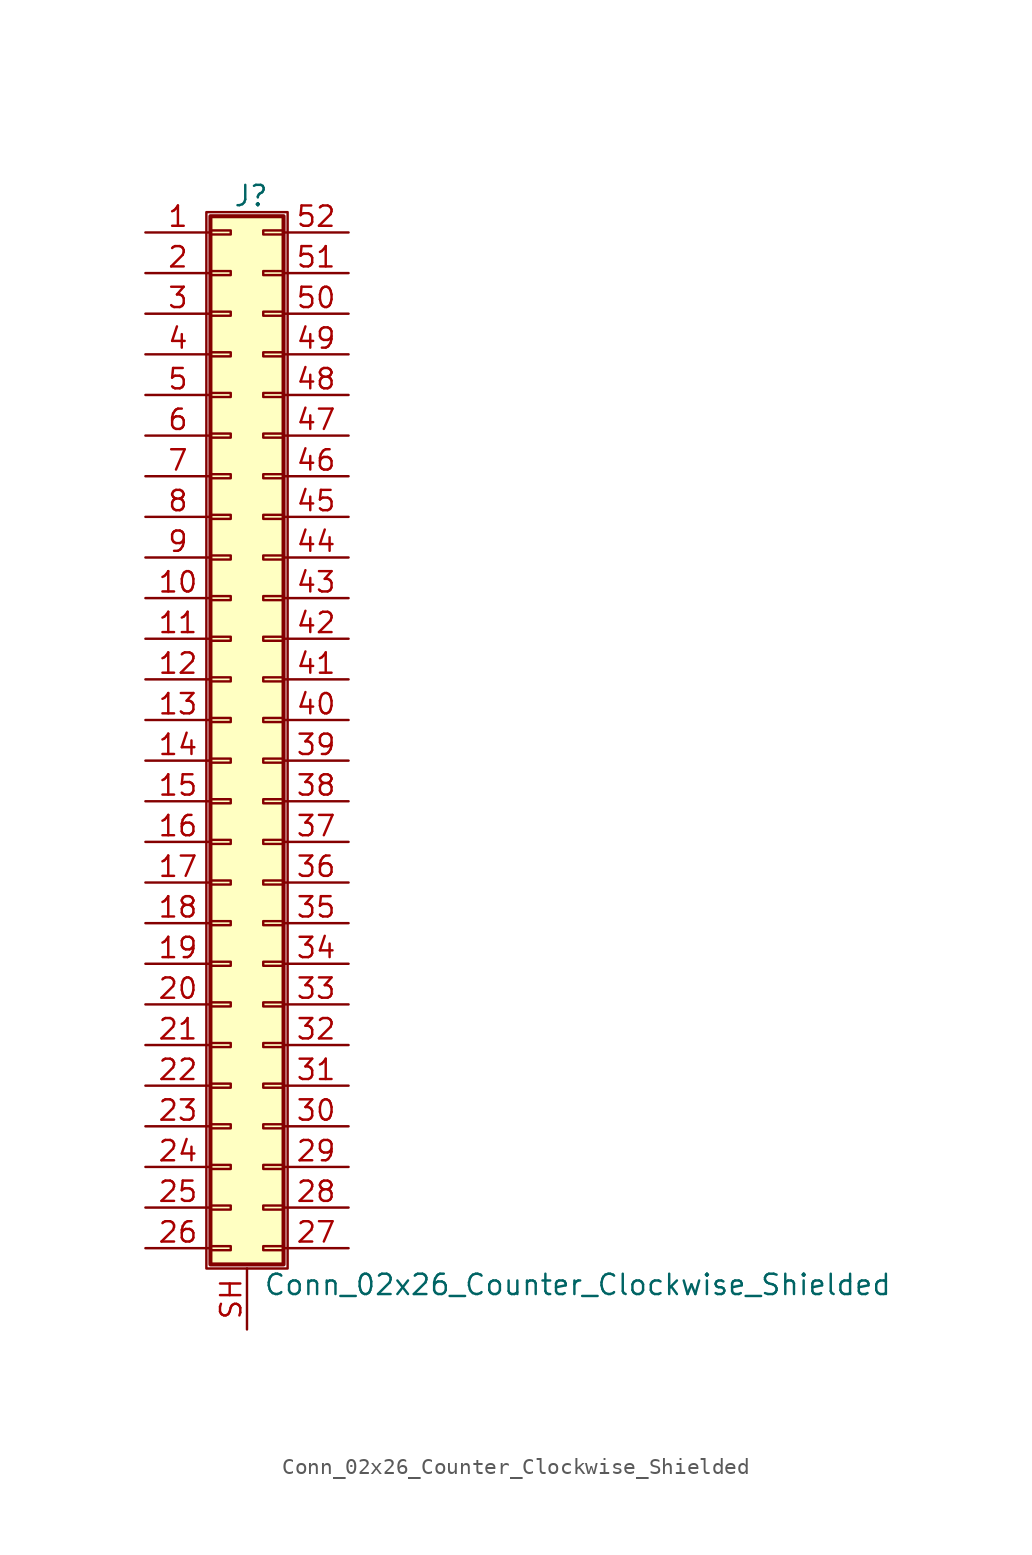
<source format=kicad_sym>
(kicad_symbol_lib
  (version 20201005)
  (generator kicad_symbol_editor)
  (symbol "Conn_02x26_Counter_Clockwise_Shielded"
    (pin_names
      (offset 1.016) hide)
    (property "Reference" "J"
      (at 1.524 32.766 0)
      (effects (font (size 1.27 1.27))))
    (property "Value" "Conn_02x26_Counter_Clockwise_Shielded"
      (at 2.286 -35.306 0)
      (effects (font (size 1.27 1.27)) (justify left)))
    (symbol "Conn_02x26_Counter_Clockwise_Shielded_1_1"
      (rectangle (start -1.27 31.75) (end 3.81 -34.29) (stroke (width 0.152)) (fill (type none)))
      (rectangle (start -1.016 -32.893) (end 0.254 -33.147) (stroke (width 0.152)) (fill (type none)))
      (rectangle (start -1.016 -30.353) (end 0.254 -30.607) (stroke (width 0.152)) (fill (type none)))
      (rectangle (start -1.016 -27.813) (end 0.254 -28.067) (stroke (width 0.152)) (fill (type none)))
      (rectangle (start -1.016 -25.273) (end 0.254 -25.527) (stroke (width 0.152)) (fill (type none)))
      (rectangle (start -1.016 -22.733) (end 0.254 -22.987) (stroke (width 0.152)) (fill (type none)))
      (rectangle (start -1.016 -20.193) (end 0.254 -20.447) (stroke (width 0.152)) (fill (type none)))
      (rectangle (start -1.016 -17.653) (end 0.254 -17.907) (stroke (width 0.152)) (fill (type none)))
      (rectangle (start -1.016 -15.113) (end 0.254 -15.367) (stroke (width 0.152)) (fill (type none)))
      (rectangle (start -1.016 -12.573) (end 0.254 -12.827) (stroke (width 0.152)) (fill (type none)))
      (rectangle (start -1.016 -10.033) (end 0.254 -10.287) (stroke (width 0.152)) (fill (type none)))
      (rectangle (start -1.016 -7.493) (end 0.254 -7.747) (stroke (width 0.152)) (fill (type none)))
      (rectangle (start -1.016 -4.953) (end 0.254 -5.207) (stroke (width 0.152)) (fill (type none)))
      (rectangle (start -1.016 -2.413) (end 0.254 -2.667) (stroke (width 0.152)) (fill (type none)))
      (rectangle (start -1.016 0.127) (end 0.254 -0.127) (stroke (width 0.152)) (fill (type none)))
      (rectangle (start -1.016 2.667) (end 0.254 2.413) (stroke (width 0.152)) (fill (type none)))
      (rectangle (start -1.016 5.207) (end 0.254 4.953) (stroke (width 0.152)) (fill (type none)))
      (rectangle (start -1.016 7.747) (end 0.254 7.493) (stroke (width 0.152)) (fill (type none)))
      (rectangle (start -1.016 10.287) (end 0.254 10.033) (stroke (width 0.152)) (fill (type none)))
      (rectangle (start -1.016 12.827) (end 0.254 12.573) (stroke (width 0.152)) (fill (type none)))
      (rectangle (start -1.016 15.367) (end 0.254 15.113) (stroke (width 0.152)) (fill (type none)))
      (rectangle (start -1.016 17.907) (end 0.254 17.653) (stroke (width 0.152)) (fill (type none)))
      (rectangle (start -1.016 20.447) (end 0.254 20.193) (stroke (width 0.152)) (fill (type none)))
      (rectangle (start -1.016 22.987) (end 0.254 22.733) (stroke (width 0.152)) (fill (type none)))
      (rectangle (start -1.016 25.527) (end 0.254 25.273) (stroke (width 0.152)) (fill (type none)))
      (rectangle (start -1.016 28.067) (end 0.254 27.813) (stroke (width 0.152)) (fill (type none)))
      (rectangle (start -1.016 30.607) (end 0.254 30.353) (stroke (width 0.152)) (fill (type none)))
      (rectangle (start -1.016 31.496) (end 3.556 -34.036) (stroke (width 0.254)) (fill (type background)))
      (rectangle (start 3.556 -32.893) (end 2.286 -33.147) (stroke (width 0.152)) (fill (type none)))
      (rectangle (start 3.556 -30.353) (end 2.286 -30.607) (stroke (width 0.152)) (fill (type none)))
      (rectangle (start 3.556 -27.813) (end 2.286 -28.067) (stroke (width 0.152)) (fill (type none)))
      (rectangle (start 3.556 -25.273) (end 2.286 -25.527) (stroke (width 0.152)) (fill (type none)))
      (rectangle (start 3.556 -22.733) (end 2.286 -22.987) (stroke (width 0.152)) (fill (type none)))
      (rectangle (start 3.556 -20.193) (end 2.286 -20.447) (stroke (width 0.152)) (fill (type none)))
      (rectangle (start 3.556 -17.653) (end 2.286 -17.907) (stroke (width 0.152)) (fill (type none)))
      (rectangle (start 3.556 -15.113) (end 2.286 -15.367) (stroke (width 0.152)) (fill (type none)))
      (rectangle (start 3.556 -12.573) (end 2.286 -12.827) (stroke (width 0.152)) (fill (type none)))
      (rectangle (start 3.556 -10.033) (end 2.286 -10.287) (stroke (width 0.152)) (fill (type none)))
      (rectangle (start 3.556 -7.493) (end 2.286 -7.747) (stroke (width 0.152)) (fill (type none)))
      (rectangle (start 3.556 -4.953) (end 2.286 -5.207) (stroke (width 0.152)) (fill (type none)))
      (rectangle (start 3.556 -2.413) (end 2.286 -2.667) (stroke (width 0.152)) (fill (type none)))
      (rectangle (start 3.556 0.127) (end 2.286 -0.127) (stroke (width 0.152)) (fill (type none)))
      (rectangle (start 3.556 2.667) (end 2.286 2.413) (stroke (width 0.152)) (fill (type none)))
      (rectangle (start 3.556 5.207) (end 2.286 4.953) (stroke (width 0.152)) (fill (type none)))
      (rectangle (start 3.556 7.747) (end 2.286 7.493) (stroke (width 0.152)) (fill (type none)))
      (rectangle (start 3.556 10.287) (end 2.286 10.033) (stroke (width 0.152)) (fill (type none)))
      (rectangle (start 3.556 12.827) (end 2.286 12.573) (stroke (width 0.152)) (fill (type none)))
      (rectangle (start 3.556 15.367) (end 2.286 15.113) (stroke (width 0.152)) (fill (type none)))
      (rectangle (start 3.556 17.907) (end 2.286 17.653) (stroke (width 0.152)) (fill (type none)))
      (rectangle (start 3.556 20.447) (end 2.286 20.193) (stroke (width 0.152)) (fill (type none)))
      (rectangle (start 3.556 22.987) (end 2.286 22.733) (stroke (width 0.152)) (fill (type none)))
      (rectangle (start 3.556 25.527) (end 2.286 25.273) (stroke (width 0.152)) (fill (type none)))
      (rectangle (start 3.556 28.067) (end 2.286 27.813) (stroke (width 0.152)) (fill (type none)))
      (rectangle (start 3.556 30.607) (end 2.286 30.353) (stroke (width 0.152)) (fill (type none)))
      (pin passive line (at -5.08 30.48 0) (length 4.064) (name "Pin_1" (effects (font (size 1.27 1.27)))) (number "1" (effects (font (size 1.27 1.27)))))
      (pin passive line (at -5.08 7.62 0) (length 4.064) (name "Pin_10" (effects (font (size 1.27 1.27)))) (number "10" (effects (font (size 1.27 1.27)))))
      (pin passive line (at -5.08 5.08 0) (length 4.064) (name "Pin_11" (effects (font (size 1.27 1.27)))) (number "11" (effects (font (size 1.27 1.27)))))
      (pin passive line (at -5.08 2.54 0) (length 4.064) (name "Pin_12" (effects (font (size 1.27 1.27)))) (number "12" (effects (font (size 1.27 1.27)))))
      (pin passive line (at -5.08 0 0) (length 4.064) (name "Pin_13" (effects (font (size 1.27 1.27)))) (number "13" (effects (font (size 1.27 1.27)))))
      (pin passive line (at -5.08 -2.54 0) (length 4.064) (name "Pin_14" (effects (font (size 1.27 1.27)))) (number "14" (effects (font (size 1.27 1.27)))))
      (pin passive line (at -5.08 -5.08 0) (length 4.064) (name "Pin_15" (effects (font (size 1.27 1.27)))) (number "15" (effects (font (size 1.27 1.27)))))
      (pin passive line (at -5.08 -7.62 0) (length 4.064) (name "Pin_16" (effects (font (size 1.27 1.27)))) (number "16" (effects (font (size 1.27 1.27)))))
      (pin passive line (at -5.08 -10.16 0) (length 4.064) (name "Pin_17" (effects (font (size 1.27 1.27)))) (number "17" (effects (font (size 1.27 1.27)))))
      (pin passive line (at -5.08 -12.7 0) (length 4.064) (name "Pin_18" (effects (font (size 1.27 1.27)))) (number "18" (effects (font (size 1.27 1.27)))))
      (pin passive line (at -5.08 -15.24 0) (length 4.064) (name "Pin_19" (effects (font (size 1.27 1.27)))) (number "19" (effects (font (size 1.27 1.27)))))
      (pin passive line (at -5.08 27.94 0) (length 4.064) (name "Pin_2" (effects (font (size 1.27 1.27)))) (number "2" (effects (font (size 1.27 1.27)))))
      (pin passive line (at -5.08 -17.78 0) (length 4.064) (name "Pin_20" (effects (font (size 1.27 1.27)))) (number "20" (effects (font (size 1.27 1.27)))))
      (pin passive line (at -5.08 -20.32 0) (length 4.064) (name "Pin_21" (effects (font (size 1.27 1.27)))) (number "21" (effects (font (size 1.27 1.27)))))
      (pin passive line (at -5.08 -22.86 0) (length 4.064) (name "Pin_22" (effects (font (size 1.27 1.27)))) (number "22" (effects (font (size 1.27 1.27)))))
      (pin passive line (at -5.08 -25.4 0) (length 4.064) (name "Pin_23" (effects (font (size 1.27 1.27)))) (number "23" (effects (font (size 1.27 1.27)))))
      (pin passive line (at -5.08 -27.94 0) (length 4.064) (name "Pin_24" (effects (font (size 1.27 1.27)))) (number "24" (effects (font (size 1.27 1.27)))))
      (pin passive line (at -5.08 -30.48 0) (length 4.064) (name "Pin_25" (effects (font (size 1.27 1.27)))) (number "25" (effects (font (size 1.27 1.27)))))
      (pin passive line (at -5.08 -33.02 0) (length 4.064) (name "Pin_26" (effects (font (size 1.27 1.27)))) (number "26" (effects (font (size 1.27 1.27)))))
      (pin passive line (at 7.62 -33.02 180) (length 4.064) (name "Pin_27" (effects (font (size 1.27 1.27)))) (number "27" (effects (font (size 1.27 1.27)))))
      (pin passive line (at 7.62 -30.48 180) (length 4.064) (name "Pin_28" (effects (font (size 1.27 1.27)))) (number "28" (effects (font (size 1.27 1.27)))))
      (pin passive line (at 7.62 -27.94 180) (length 4.064) (name "Pin_29" (effects (font (size 1.27 1.27)))) (number "29" (effects (font (size 1.27 1.27)))))
      (pin passive line (at -5.08 25.4 0) (length 4.064) (name "Pin_3" (effects (font (size 1.27 1.27)))) (number "3" (effects (font (size 1.27 1.27)))))
      (pin passive line (at 7.62 -25.4 180) (length 4.064) (name "Pin_30" (effects (font (size 1.27 1.27)))) (number "30" (effects (font (size 1.27 1.27)))))
      (pin passive line (at 7.62 -22.86 180) (length 4.064) (name "Pin_31" (effects (font (size 1.27 1.27)))) (number "31" (effects (font (size 1.27 1.27)))))
      (pin passive line (at 7.62 -20.32 180) (length 4.064) (name "Pin_32" (effects (font (size 1.27 1.27)))) (number "32" (effects (font (size 1.27 1.27)))))
      (pin passive line (at 7.62 -17.78 180) (length 4.064) (name "Pin_33" (effects (font (size 1.27 1.27)))) (number "33" (effects (font (size 1.27 1.27)))))
      (pin passive line (at 7.62 -15.24 180) (length 4.064) (name "Pin_34" (effects (font (size 1.27 1.27)))) (number "34" (effects (font (size 1.27 1.27)))))
      (pin passive line (at 7.62 -12.7 180) (length 4.064) (name "Pin_35" (effects (font (size 1.27 1.27)))) (number "35" (effects (font (size 1.27 1.27)))))
      (pin passive line (at 7.62 -10.16 180) (length 4.064) (name "Pin_36" (effects (font (size 1.27 1.27)))) (number "36" (effects (font (size 1.27 1.27)))))
      (pin passive line (at 7.62 -7.62 180) (length 4.064) (name "Pin_37" (effects (font (size 1.27 1.27)))) (number "37" (effects (font (size 1.27 1.27)))))
      (pin passive line (at 7.62 -5.08 180) (length 4.064) (name "Pin_38" (effects (font (size 1.27 1.27)))) (number "38" (effects (font (size 1.27 1.27)))))
      (pin passive line (at 7.62 -2.54 180) (length 4.064) (name "Pin_39" (effects (font (size 1.27 1.27)))) (number "39" (effects (font (size 1.27 1.27)))))
      (pin passive line (at -5.08 22.86 0) (length 4.064) (name "Pin_4" (effects (font (size 1.27 1.27)))) (number "4" (effects (font (size 1.27 1.27)))))
      (pin passive line (at 7.62 0 180) (length 4.064) (name "Pin_40" (effects (font (size 1.27 1.27)))) (number "40" (effects (font (size 1.27 1.27)))))
      (pin passive line (at 7.62 2.54 180) (length 4.064) (name "Pin_41" (effects (font (size 1.27 1.27)))) (number "41" (effects (font (size 1.27 1.27)))))
      (pin passive line (at 7.62 5.08 180) (length 4.064) (name "Pin_42" (effects (font (size 1.27 1.27)))) (number "42" (effects (font (size 1.27 1.27)))))
      (pin passive line (at 7.62 7.62 180) (length 4.064) (name "Pin_43" (effects (font (size 1.27 1.27)))) (number "43" (effects (font (size 1.27 1.27)))))
      (pin passive line (at 7.62 10.16 180) (length 4.064) (name "Pin_44" (effects (font (size 1.27 1.27)))) (number "44" (effects (font (size 1.27 1.27)))))
      (pin passive line (at 7.62 12.7 180) (length 4.064) (name "Pin_45" (effects (font (size 1.27 1.27)))) (number "45" (effects (font (size 1.27 1.27)))))
      (pin passive line (at 7.62 15.24 180) (length 4.064) (name "Pin_46" (effects (font (size 1.27 1.27)))) (number "46" (effects (font (size 1.27 1.27)))))
      (pin passive line (at 7.62 17.78 180) (length 4.064) (name "Pin_47" (effects (font (size 1.27 1.27)))) (number "47" (effects (font (size 1.27 1.27)))))
      (pin passive line (at 7.62 20.32 180) (length 4.064) (name "Pin_48" (effects (font (size 1.27 1.27)))) (number "48" (effects (font (size 1.27 1.27)))))
      (pin passive line (at 7.62 22.86 180) (length 4.064) (name "Pin_49" (effects (font (size 1.27 1.27)))) (number "49" (effects (font (size 1.27 1.27)))))
      (pin passive line (at -5.08 20.32 0) (length 4.064) (name "Pin_5" (effects (font (size 1.27 1.27)))) (number "5" (effects (font (size 1.27 1.27)))))
      (pin passive line (at 7.62 25.4 180) (length 4.064) (name "Pin_50" (effects (font (size 1.27 1.27)))) (number "50" (effects (font (size 1.27 1.27)))))
      (pin passive line (at 7.62 27.94 180) (length 4.064) (name "Pin_51" (effects (font (size 1.27 1.27)))) (number "51" (effects (font (size 1.27 1.27)))))
      (pin passive line (at 7.62 30.48 180) (length 4.064) (name "Pin_52" (effects (font (size 1.27 1.27)))) (number "52" (effects (font (size 1.27 1.27)))))
      (pin passive line (at -5.08 17.78 0) (length 4.064) (name "Pin_6" (effects (font (size 1.27 1.27)))) (number "6" (effects (font (size 1.27 1.27)))))
      (pin passive line (at -5.08 15.24 0) (length 4.064) (name "Pin_7" (effects (font (size 1.27 1.27)))) (number "7" (effects (font (size 1.27 1.27)))))
      (pin passive line (at -5.08 12.7 0) (length 4.064) (name "Pin_8" (effects (font (size 1.27 1.27)))) (number "8" (effects (font (size 1.27 1.27)))))
      (pin passive line (at -5.08 10.16 0) (length 4.064) (name "Pin_9" (effects (font (size 1.27 1.27)))) (number "9" (effects (font (size 1.27 1.27)))))
      (pin passive line (at 1.27 -38.1 90) (length 3.81) (name "Shield" (effects (font (size 1.27 1.27)))) (number "SH" (effects (font (size 1.27 1.27))))))))
</source>
